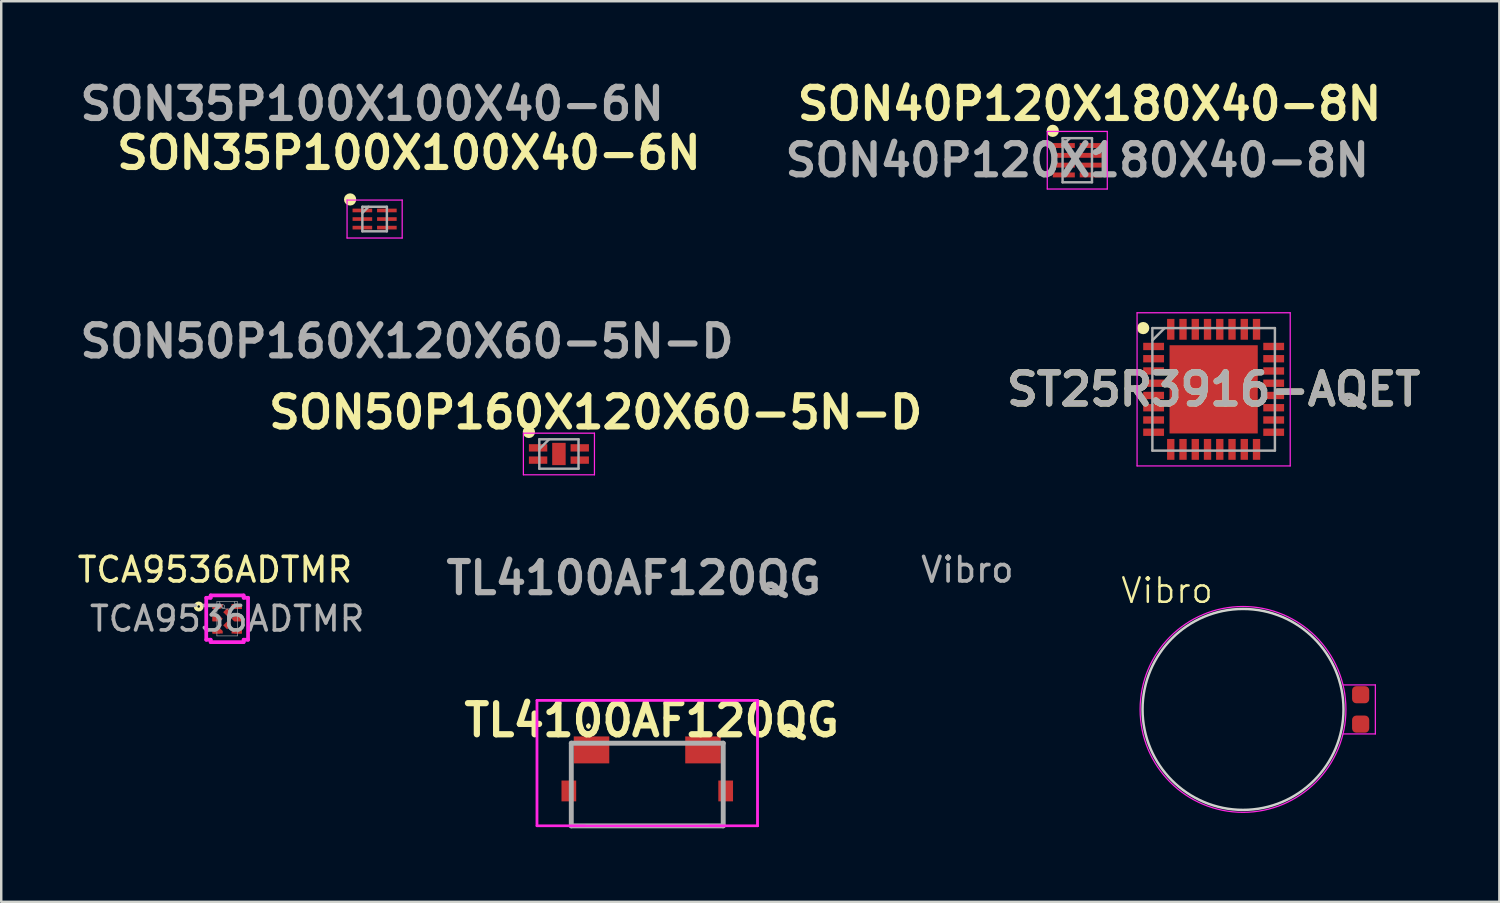
<source format=kicad_pcb>
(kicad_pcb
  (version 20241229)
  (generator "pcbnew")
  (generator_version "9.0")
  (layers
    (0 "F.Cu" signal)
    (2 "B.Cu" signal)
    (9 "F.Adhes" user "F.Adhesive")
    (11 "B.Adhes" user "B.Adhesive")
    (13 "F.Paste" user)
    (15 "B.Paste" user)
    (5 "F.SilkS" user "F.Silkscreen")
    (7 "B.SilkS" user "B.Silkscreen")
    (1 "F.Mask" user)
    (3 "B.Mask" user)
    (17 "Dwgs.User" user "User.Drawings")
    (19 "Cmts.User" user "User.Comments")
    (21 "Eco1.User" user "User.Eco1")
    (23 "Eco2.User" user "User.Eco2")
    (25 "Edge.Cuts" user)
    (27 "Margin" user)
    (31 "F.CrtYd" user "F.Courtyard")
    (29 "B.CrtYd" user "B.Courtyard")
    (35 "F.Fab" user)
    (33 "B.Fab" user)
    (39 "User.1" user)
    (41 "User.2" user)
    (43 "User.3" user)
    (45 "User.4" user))
  (footprint "TL4100AF120QG"
    (layer "F.Cu")
    (at 23.364 28.091)
    (property "Reference" "TL4100AF120QG" (at 0.182 -1.75 0) (layer "F.SilkS") (effects (font (size 1.27 1.27) (thickness 0.254))))
    (attr smd)
    (fp_line (start -2.4 -1.562) (end -2.4 -1.562) (stroke (width 0.1) (type solid)) (layer "F.SilkS"))
    (fp_line (start -2.4 -1.462) (end -2.4 -1.462) (stroke (width 0.1) (type solid)) (layer "F.SilkS"))
    (fp_arc (start -2.4 -1.562) (mid -2.35 -1.512) (end -2.4 -1.462) (stroke (width 0.1) (type solid)) (layer "F.SilkS"))
    (fp_arc (start -2.4 -1.462) (mid -2.45 -1.512) (end -2.4 -1.562) (stroke (width 0.1) (type solid)) (layer "F.SilkS"))
    (fp_line (start -4.5 -2.562) (end -4.5 2.562) (stroke (width 0.1) (type solid)) (layer "F.CrtYd"))
    (fp_line (start -4.5 -2.562) (end 4.5 -2.562) (stroke (width 0.1) (type solid)) (layer "F.CrtYd"))
    (fp_line (start -4.5 2.562) (end -4.5 -2.562) (stroke (width 0.1) (type solid)) (layer "F.CrtYd"))
    (fp_line (start -4.5 2.562) (end -2.55 2.562) (stroke (width 0.1) (type solid)) (layer "F.CrtYd"))
    (fp_line (start 2.55 2.562) (end 4.5 2.562) (stroke (width 0.1) (type solid)) (layer "F.CrtYd"))
    (fp_line (start 4.5 -2.562) (end -4.5 -2.562) (stroke (width 0.1) (type solid)) (layer "F.CrtYd"))
    (fp_line (start 4.5 -2.562) (end 4.5 2.562) (stroke (width 0.1) (type solid)) (layer "F.CrtYd"))
    (fp_line (start 4.5 2.562) (end -4.5 2.562) (stroke (width 0.1) (type solid)) (layer "F.CrtYd"))
    (fp_line (start 4.5 2.562) (end 4.5 -2.562) (stroke (width 0.1) (type solid)) (layer "F.CrtYd"))
    (fp_line (start -3.1 -0.812) (end 3.1 -0.812) (stroke (width 0.2) (type solid)) (layer "F.Fab"))
    (fp_line (start -3.1 2.562) (end -3.1 -0.812) (stroke (width 0.2) (type solid)) (layer "F.Fab"))
    (fp_line (start 3.1 -0.812) (end 3.1 2.562) (stroke (width 0.2) (type solid)) (layer "F.Fab"))
    (fp_line (start 3.1 2.562) (end -3.1 2.562) (stroke (width 0.2) (type solid)) (layer "F.Fab"))
    (fp_rect (start -2.55 0.25) (end 2.55 2.6) (stroke (width 0.1) (type default)) (fill no) (layer "User.6"))
    (fp_text user "${REFERENCE}" (at -0.55 -7.55 0) (layer "F.Fab") (effects (font (size 1.27 1.27) (thickness 0.254))))
    (pad "1" smd rect (at -2.275 -0.538 90) (size 1.1 1.45) (layers "F.Cu" "F.Mask" "F.Paste"))
    (pad "2" smd rect (at 2.275 -0.538 90) (size 1.1 1.45) (layers "F.Cu" "F.Mask" "F.Paste"))
    (pad "MP1" smd rect (at -3.2 1.137) (size 0.6 0.85) (layers "F.Cu" "F.Mask" "F.Paste"))
    (pad "MP2" smd rect (at 3.2 1.137) (size 0.6 0.85) (layers "F.Cu" "F.Mask" "F.Paste")))
  (footprint "TCA9536ADTMR"
    (layer "F.Cu")
    (at 6.22 22.201)
    (property "Reference" "TCA9536ADTMR" (at -0.5 -2 0) (unlocked yes) (layer "F.SilkS") (effects (font (size 1 1) (thickness 0.15))))
    (attr smd)
    (fp_poly (pts (xy -0.599 -0.602) (xy -0.599 -0.399) (xy -0.282 -0.399) (xy -0.18 -0.5) (xy -0.18 -0.602)) (stroke (width 0) (type solid)) (fill yes) (layer "F.Cu"))
    (fp_poly (pts (xy -0.599 -0.102) (xy -0.599 0.102) (xy -0.282 0.102) (xy -0.18 0) (xy -0.282 -0.102)) (stroke (width 0) (type solid)) (fill yes) (layer "F.Cu"))
    (fp_poly (pts (xy -0.599 0.602) (xy -0.599 0.399) (xy -0.282 0.399) (xy -0.18 0.5) (xy -0.18 0.602)) (stroke (width 0) (type solid)) (fill yes) (layer "F.Cu"))
    (fp_poly (pts (xy 0.599 -0.602) (xy 0.599 -0.399) (xy 0.282 -0.399) (xy 0.18 -0.5) (xy 0.18 -0.602)) (stroke (width 0) (type solid)) (fill yes) (layer "F.Cu"))
    (fp_poly (pts (xy 0.599 -0.102) (xy 0.599 0.102) (xy 0.282 0.102) (xy 0.18 0) (xy 0.282 -0.102)) (stroke (width 0) (type solid)) (fill yes) (layer "F.Cu"))
    (fp_poly (pts (xy 0.599 0.602) (xy 0.599 0.399) (xy 0.282 0.399) (xy 0.18 0.5) (xy 0.18 0.602)) (stroke (width 0) (type solid)) (fill yes) (layer "F.Cu"))
    (fp_poly (pts (xy -0.599 -0.602) (xy -0.599 -0.399) (xy -0.282 -0.399) (xy -0.18 -0.5) (xy -0.18 -0.602)) (stroke (width 0) (type solid)) (fill yes) (layer "F.Mask"))
    (fp_poly (pts (xy -0.599 -0.102) (xy -0.599 0.102) (xy -0.282 0.102) (xy -0.18 0) (xy -0.282 -0.102)) (stroke (width 0) (type solid)) (fill yes) (layer "F.Mask"))
    (fp_poly (pts (xy -0.599 0.602) (xy -0.599 0.399) (xy -0.282 0.399) (xy -0.18 0.5) (xy -0.18 0.602)) (stroke (width 0) (type solid)) (fill yes) (layer "F.Mask"))
    (fp_poly (pts (xy 0.599 -0.602) (xy 0.599 -0.399) (xy 0.282 -0.399) (xy 0.18 -0.5) (xy 0.18 -0.602)) (stroke (width 0) (type solid)) (fill yes) (layer "F.Mask"))
    (fp_poly (pts (xy 0.599 -0.102) (xy 0.599 0.102) (xy 0.282 0.102) (xy 0.18 0) (xy 0.282 -0.102)) (stroke (width 0) (type solid)) (fill yes) (layer "F.Mask"))
    (fp_poly (pts (xy 0.599 0.602) (xy 0.599 0.399) (xy 0.282 0.399) (xy 0.18 0.5) (xy 0.18 0.602)) (stroke (width 0) (type solid)) (fill yes) (layer "F.Mask"))
    (fp_circle (center -1.161 -0.5) (end -1.034 -0.5) (stroke (width 0.152) (type solid)) (fill no) (layer "F.SilkS"))
    (fp_poly (pts (xy -0.599 -0.602) (xy -0.599 -0.399) (xy -0.282 -0.399) (xy -0.18 -0.5) (xy -0.18 -0.602)) (stroke (width 0) (type solid)) (fill yes) (layer "F.Paste"))
    (fp_poly (pts (xy -0.599 -0.102) (xy -0.599 0.102) (xy -0.282 0.102) (xy -0.18 0) (xy -0.282 -0.102)) (stroke (width 0) (type solid)) (fill yes) (layer "F.Paste"))
    (fp_poly (pts (xy -0.599 0.602) (xy -0.599 0.399) (xy -0.282 0.399) (xy -0.18 0.5) (xy -0.18 0.602)) (stroke (width 0) (type solid)) (fill yes) (layer "F.Paste"))
    (fp_poly (pts (xy 0.599 -0.602) (xy 0.599 -0.399) (xy 0.282 -0.399) (xy 0.18 -0.5) (xy 0.18 -0.602)) (stroke (width 0) (type solid)) (fill yes) (layer "F.Paste"))
    (fp_poly (pts (xy 0.599 -0.102) (xy 0.599 0.102) (xy 0.282 0.102) (xy 0.18 0) (xy 0.282 -0.102)) (stroke (width 0) (type solid)) (fill yes) (layer "F.Paste"))
    (fp_poly (pts (xy 0.599 0.602) (xy 0.599 0.399) (xy 0.282 0.399) (xy 0.18 0.5) (xy 0.18 0.602)) (stroke (width 0) (type solid)) (fill yes) (layer "F.Paste"))
    (fp_line (start -0.853 -0.856) (end -0.673 -0.856) (stroke (width 0.152) (type solid)) (layer "F.CrtYd"))
    (fp_line (start -0.853 0.856) (end -0.853 -0.856) (stroke (width 0.152) (type solid)) (layer "F.CrtYd"))
    (fp_line (start -0.853 0.856) (end -0.673 0.856) (stroke (width 0.152) (type solid)) (layer "F.CrtYd"))
    (fp_line (start -0.673 -0.953) (end 0.673 -0.953) (stroke (width 0.152) (type solid)) (layer "F.CrtYd"))
    (fp_line (start -0.673 -0.856) (end -0.673 -0.953) (stroke (width 0.152) (type solid)) (layer "F.CrtYd"))
    (fp_line (start -0.673 0.953) (end -0.673 0.856) (stroke (width 0.152) (type solid)) (layer "F.CrtYd"))
    (fp_line (start 0.673 -0.953) (end 0.673 -0.856) (stroke (width 0.152) (type solid)) (layer "F.CrtYd"))
    (fp_line (start 0.673 0.856) (end 0.673 0.953) (stroke (width 0.152) (type solid)) (layer "F.CrtYd"))
    (fp_line (start 0.673 0.953) (end -0.673 0.953) (stroke (width 0.152) (type solid)) (layer "F.CrtYd"))
    (fp_line (start 0.853 -0.856) (end 0.673 -0.856) (stroke (width 0.152) (type solid)) (layer "F.CrtYd"))
    (fp_line (start 0.853 -0.856) (end 0.853 0.856) (stroke (width 0.152) (type solid)) (layer "F.CrtYd"))
    (fp_line (start 0.853 0.856) (end 0.673 0.856) (stroke (width 0.152) (type solid)) (layer "F.CrtYd"))
    (fp_line (start -0.419 -0.699) (end -0.419 0.699) (stroke (width 0.025) (type solid)) (layer "F.Fab"))
    (fp_line (start -0.419 0.699) (end 0.419 0.699) (stroke (width 0.025) (type solid)) (layer "F.Fab"))
    (fp_line (start 0.419 -0.699) (end -0.419 -0.699) (stroke (width 0.025) (type solid)) (layer "F.Fab"))
    (fp_line (start 0.419 0.699) (end 0.419 -0.699) (stroke (width 0.025) (type solid)) (layer "F.Fab"))
    (fp_arc (start 0.3048 -0.6985) (mid 0 -0.3937) (end -0.3048 -0.6985) (stroke (width 0.0254) (type solid)) (layer "F.Fab"))
    (fp_circle (center -0.18 -0.5) (end -0.104 -0.5) (stroke (width 0.025) (type solid)) (fill no) (layer "F.Fab"))
    (fp_text user "${REFERENCE}" (at 0 0 0) (unlocked yes) (layer "F.Fab") (effects (font (size 1 1) (thickness 0.15))))
    (pad "1" smd rect (at -0.447 -0.5) (size 0.305 0.203) (layers "F.Cu" "F.Mask" "F.Paste"))
    (pad "2" smd rect (at -0.447 0) (size 0.305 0.203) (layers "F.Cu" "F.Mask" "F.Paste"))
    (pad "3" smd rect (at -0.447 0.5) (size 0.305 0.203) (layers "F.Cu" "F.Mask" "F.Paste"))
    (pad "4" smd rect (at 0 0.269 45) (size 0.229 0.229) (layers "F.Cu" "F.Mask" "F.Paste"))
    (pad "5" smd rect (at 0.447 0.5) (size 0.305 0.203) (layers "F.Cu" "F.Mask" "F.Paste"))
    (pad "6" smd rect (at 0.447 0) (size 0.305 0.203) (layers "F.Cu" "F.Mask" "F.Paste"))
    (pad "7" smd rect (at 0.447 -0.5) (size 0.305 0.203) (layers "F.Cu" "F.Mask" "F.Paste"))
    (pad "8" smd rect (at 0 -0.269 45) (size 0.229 0.229) (layers "F.Cu" "F.Mask" "F.Paste")))
  (footprint "SON40P120X180X40-8N"
    (layer "F.Cu")
    (at 40.913 3.489)
    (property "Reference" "SON40P120X180X40-8N" (at 0.5 -2.3 0) (layer "F.SilkS") (effects (font (size 1.27 1.27) (thickness 0.254))))
    (attr smd)
    (fp_circle (center -1 -1.2) (end -1 -1.075) (stroke (width 0.25) (type solid)) (fill no) (layer "F.SilkS"))
    (fp_line (start -1.225 -1.175) (end 1.225 -1.175) (stroke (width 0.05) (type solid)) (layer "F.CrtYd"))
    (fp_line (start -1.225 1.175) (end -1.225 -1.175) (stroke (width 0.05) (type solid)) (layer "F.CrtYd"))
    (fp_line (start 1.225 -1.175) (end 1.225 1.175) (stroke (width 0.05) (type solid)) (layer "F.CrtYd"))
    (fp_line (start 1.225 1.175) (end -1.225 1.175) (stroke (width 0.05) (type solid)) (layer "F.CrtYd"))
    (fp_line (start -0.6 -0.9) (end 0.6 -0.9) (stroke (width 0.1) (type solid)) (layer "F.Fab"))
    (fp_line (start -0.6 -0.6) (end -0.3 -0.9) (stroke (width 0.1) (type solid)) (layer "F.Fab"))
    (fp_line (start -0.6 0.9) (end -0.6 -0.9) (stroke (width 0.1) (type solid)) (layer "F.Fab"))
    (fp_line (start 0.6 -0.9) (end 0.6 0.9) (stroke (width 0.1) (type solid)) (layer "F.Fab"))
    (fp_line (start 0.6 0.9) (end -0.6 0.9) (stroke (width 0.1) (type solid)) (layer "F.Fab"))
    (fp_text user "${REFERENCE}" (at 0 0 0) (layer "F.Fab") (effects (font (size 1.27 1.27) (thickness 0.254))))
    (pad "1" smd rect (at -0.55 -0.6 90) (size 0.2 0.9) (layers "F.Cu" "F.Mask" "F.Paste"))
    (pad "2" smd rect (at -0.55 -0.2 90) (size 0.2 0.9) (layers "F.Cu" "F.Mask" "F.Paste"))
    (pad "3" smd rect (at -0.55 0.2 90) (size 0.2 0.9) (layers "F.Cu" "F.Mask" "F.Paste"))
    (pad "4" smd rect (at -0.55 0.6 90) (size 0.2 0.9) (layers "F.Cu" "F.Mask" "F.Paste"))
    (pad "5" smd rect (at 0.55 0.6 90) (size 0.2 0.9) (layers "F.Cu" "F.Mask" "F.Paste"))
    (pad "6" smd rect (at 0.55 0.2 90) (size 0.2 0.9) (layers "F.Cu" "F.Mask" "F.Paste"))
    (pad "7" smd rect (at 0.55 -0.2 90) (size 0.2 0.9) (layers "F.Cu" "F.Mask" "F.Paste"))
    (pad "8" smd rect (at 0.55 -0.6 90) (size 0.2 0.9) (layers "F.Cu" "F.Mask" "F.Paste")))
  (footprint "ST25R3916-AQET"
    (layer "F.Cu")
    (at 46.478 12.839)
    (property "Reference" "ST25R3916-AQET" (at 0 0 0) (layer "F.SilkS") (effects (font (size 1.27 1.27) (thickness 0.254))))
    (attr smd)
    (fp_circle (center -2.875 -2.5) (end -2.875 -2.375) (stroke (width 0.25) (type solid)) (fill no) (layer "F.SilkS"))
    (fp_line (start -3.125 -3.125) (end 3.125 -3.125) (stroke (width 0.05) (type solid)) (layer "F.CrtYd"))
    (fp_line (start -3.125 3.125) (end -3.125 -3.125) (stroke (width 0.05) (type solid)) (layer "F.CrtYd"))
    (fp_line (start 3.125 -3.125) (end 3.125 3.125) (stroke (width 0.05) (type solid)) (layer "F.CrtYd"))
    (fp_line (start 3.125 3.125) (end -3.125 3.125) (stroke (width 0.05) (type solid)) (layer "F.CrtYd"))
    (fp_line (start -2.5 -2.5) (end 2.5 -2.5) (stroke (width 0.1) (type solid)) (layer "F.Fab"))
    (fp_line (start -2.5 -2) (end -2 -2.5) (stroke (width 0.1) (type solid)) (layer "F.Fab"))
    (fp_line (start -2.5 2.5) (end -2.5 -2.5) (stroke (width 0.1) (type solid)) (layer "F.Fab"))
    (fp_line (start 2.5 -2.5) (end 2.5 2.5) (stroke (width 0.1) (type solid)) (layer "F.Fab"))
    (fp_line (start 2.5 2.5) (end -2.5 2.5) (stroke (width 0.1) (type solid)) (layer "F.Fab"))
    (fp_text user "${REFERENCE}" (at 0 0 0) (layer "F.Fab") (effects (font (size 1.27 1.27) (thickness 0.254))))
    (pad "1" smd rect (at -2.45 -1.75 90) (size 0.3 0.85) (layers "F.Cu" "F.Mask" "F.Paste"))
    (pad "2" smd rect (at -2.45 -1.25 90) (size 0.3 0.85) (layers "F.Cu" "F.Mask" "F.Paste"))
    (pad "3" smd rect (at -2.45 -0.75 90) (size 0.3 0.85) (layers "F.Cu" "F.Mask" "F.Paste"))
    (pad "4" smd rect (at -2.45 -0.25 90) (size 0.3 0.85) (layers "F.Cu" "F.Mask" "F.Paste"))
    (pad "5" smd rect (at -2.45 0.25 90) (size 0.3 0.85) (layers "F.Cu" "F.Mask" "F.Paste"))
    (pad "6" smd rect (at -2.45 0.75 90) (size 0.3 0.85) (layers "F.Cu" "F.Mask" "F.Paste"))
    (pad "7" smd rect (at -2.45 1.25 90) (size 0.3 0.85) (layers "F.Cu" "F.Mask" "F.Paste"))
    (pad "8" smd rect (at -2.45 1.75 90) (size 0.3 0.85) (layers "F.Cu" "F.Mask" "F.Paste"))
    (pad "9" smd rect (at -1.75 2.45) (size 0.3 0.85) (layers "F.Cu" "F.Mask" "F.Paste"))
    (pad "10" smd rect (at -1.25 2.45) (size 0.3 0.85) (layers "F.Cu" "F.Mask" "F.Paste"))
    (pad "11" smd rect (at -0.75 2.45) (size 0.3 0.85) (layers "F.Cu" "F.Mask" "F.Paste"))
    (pad "12" smd rect (at -0.25 2.45) (size 0.3 0.85) (layers "F.Cu" "F.Mask" "F.Paste"))
    (pad "13" smd rect (at 0.25 2.45) (size 0.3 0.85) (layers "F.Cu" "F.Mask" "F.Paste"))
    (pad "14" smd rect (at 0.75 2.45) (size 0.3 0.85) (layers "F.Cu" "F.Mask" "F.Paste"))
    (pad "15" smd rect (at 1.25 2.45) (size 0.3 0.85) (layers "F.Cu" "F.Mask" "F.Paste"))
    (pad "16" smd rect (at 1.75 2.45) (size 0.3 0.85) (layers "F.Cu" "F.Mask" "F.Paste"))
    (pad "17" smd rect (at 2.45 1.75 90) (size 0.3 0.85) (layers "F.Cu" "F.Mask" "F.Paste"))
    (pad "18" smd rect (at 2.45 1.25 90) (size 0.3 0.85) (layers "F.Cu" "F.Mask" "F.Paste"))
    (pad "19" smd rect (at 2.45 0.75 90) (size 0.3 0.85) (layers "F.Cu" "F.Mask" "F.Paste"))
    (pad "20" smd rect (at 2.45 0.25 90) (size 0.3 0.85) (layers "F.Cu" "F.Mask" "F.Paste"))
    (pad "21" smd rect (at 2.45 -0.25 90) (size 0.3 0.85) (layers "F.Cu" "F.Mask" "F.Paste"))
    (pad "22" smd rect (at 2.45 -0.75 90) (size 0.3 0.85) (layers "F.Cu" "F.Mask" "F.Paste"))
    (pad "23" smd rect (at 2.45 -1.25 90) (size 0.3 0.85) (layers "F.Cu" "F.Mask" "F.Paste"))
    (pad "24" smd rect (at 2.45 -1.75 90) (size 0.3 0.85) (layers "F.Cu" "F.Mask" "F.Paste"))
    (pad "25" smd rect (at 1.75 -2.45) (size 0.3 0.85) (layers "F.Cu" "F.Mask" "F.Paste"))
    (pad "26" smd rect (at 1.25 -2.45) (size 0.3 0.85) (layers "F.Cu" "F.Mask" "F.Paste"))
    (pad "27" smd rect (at 0.75 -2.45) (size 0.3 0.85) (layers "F.Cu" "F.Mask" "F.Paste"))
    (pad "28" smd rect (at 0.25 -2.45) (size 0.3 0.85) (layers "F.Cu" "F.Mask" "F.Paste"))
    (pad "29" smd rect (at -0.25 -2.45) (size 0.3 0.85) (layers "F.Cu" "F.Mask" "F.Paste"))
    (pad "30" smd rect (at -0.75 -2.45) (size 0.3 0.85) (layers "F.Cu" "F.Mask" "F.Paste"))
    (pad "31" smd rect (at -1.25 -2.45) (size 0.3 0.85) (layers "F.Cu" "F.Mask" "F.Paste"))
    (pad "32" smd rect (at -1.75 -2.45) (size 0.3 0.85) (layers "F.Cu" "F.Mask" "F.Paste"))
    (pad "33" smd rect (at 0 0) (size 3.6 3.6) (layers "F.Cu" "F.Mask" "F.Paste")))
  (footprint "SON50P160X120X60-5N-D"
    (layer "F.Cu")
    (at 19.759 15.477)
    (property "Reference" "SON50P160X120X60-5N-D" (at 1.5 -1.7 0) (layer "F.SilkS") (effects (font (size 1.27 1.27) (thickness 0.254))))
    (attr smd)
    (fp_circle (center -1.225 -0.9) (end -1.225 -0.775) (stroke (width 0.25) (type solid)) (fill no) (layer "F.SilkS"))
    (fp_line (start -1.45 -0.85) (end 1.45 -0.85) (stroke (width 0.05) (type solid)) (layer "F.CrtYd"))
    (fp_line (start -1.45 0.85) (end -1.45 -0.85) (stroke (width 0.05) (type solid)) (layer "F.CrtYd"))
    (fp_line (start 1.45 -0.85) (end 1.45 0.85) (stroke (width 0.05) (type solid)) (layer "F.CrtYd"))
    (fp_line (start 1.45 0.85) (end -1.45 0.85) (stroke (width 0.05) (type solid)) (layer "F.CrtYd"))
    (fp_line (start -0.8 -0.6) (end 0.8 -0.6) (stroke (width 0.1) (type solid)) (layer "F.Fab"))
    (fp_line (start -0.8 -0.2) (end -0.4 -0.6) (stroke (width 0.1) (type solid)) (layer "F.Fab"))
    (fp_line (start -0.8 0.6) (end -0.8 -0.6) (stroke (width 0.1) (type solid)) (layer "F.Fab"))
    (fp_line (start 0.8 -0.6) (end 0.8 0.6) (stroke (width 0.1) (type solid)) (layer "F.Fab"))
    (fp_line (start 0.8 0.6) (end -0.8 0.6) (stroke (width 0.1) (type solid)) (layer "F.Fab"))
    (fp_text user "${REFERENCE}" (at -6.2 -4.6 0) (layer "F.Fab") (effects (font (size 1.27 1.27) (thickness 0.254))))
    (pad "1" smd rect (at -0.85 -0.25 90) (size 0.3 0.75) (layers "F.Cu" "F.Mask" "F.Paste"))
    (pad "2" smd rect (at -0.85 0.25 90) (size 0.3 0.75) (layers "F.Cu" "F.Mask" "F.Paste"))
    (pad "3" smd rect (at 0.85 0.25 90) (size 0.3 0.75) (layers "F.Cu" "F.Mask" "F.Paste"))
    (pad "4" smd rect (at 0.85 -0.25 90) (size 0.3 0.75) (layers "F.Cu" "F.Mask" "F.Paste"))
    (pad "5" smd rect (at 0 0) (size 0.55 0.91) (layers "F.Cu" "F.Mask" "F.Paste")))
  (footprint "SON35P100X100X40-6N"
    (layer "F.Cu")
    (at 12.238 5.889)
    (property "Reference" "SON35P100X100X40-6N" (at 1.4 -2.7 0) (layer "F.SilkS") (effects (font (size 1.27 1.27) (thickness 0.254))))
    (attr smd)
    (fp_circle (center -1 -0.8) (end -1 -0.675) (stroke (width 0.25) (type solid)) (fill no) (layer "F.SilkS"))
    (fp_line (start -1.125 -0.775) (end 1.125 -0.775) (stroke (width 0.05) (type solid)) (layer "F.CrtYd"))
    (fp_line (start -1.125 0.775) (end -1.125 -0.775) (stroke (width 0.05) (type solid)) (layer "F.CrtYd"))
    (fp_line (start 1.125 -0.775) (end 1.125 0.775) (stroke (width 0.05) (type solid)) (layer "F.CrtYd"))
    (fp_line (start 1.125 0.775) (end -1.125 0.775) (stroke (width 0.05) (type solid)) (layer "F.CrtYd"))
    (fp_line (start -0.5 -0.5) (end 0.5 -0.5) (stroke (width 0.1) (type solid)) (layer "F.Fab"))
    (fp_line (start -0.5 -0.25) (end -0.25 -0.5) (stroke (width 0.1) (type solid)) (layer "F.Fab"))
    (fp_line (start -0.5 0.5) (end -0.5 -0.5) (stroke (width 0.1) (type solid)) (layer "F.Fab"))
    (fp_line (start 0.5 -0.5) (end 0.5 0.5) (stroke (width 0.1) (type solid)) (layer "F.Fab"))
    (fp_line (start 0.5 0.5) (end -0.5 0.5) (stroke (width 0.1) (type solid)) (layer "F.Fab"))
    (fp_text user "${REFERENCE}" (at -0.1 -4.7 0) (layer "F.Fab") (effects (font (size 1.27 1.27) (thickness 0.254))))
    (pad "1" smd rect (at -0.5 -0.35 90) (size 0.15 0.8) (layers "F.Cu" "F.Mask" "F.Paste"))
    (pad "2" smd rect (at -0.5 0 90) (size 0.15 0.8) (layers "F.Cu" "F.Mask" "F.Paste"))
    (pad "3" smd rect (at -0.5 0.35 90) (size 0.15 0.8) (layers "F.Cu" "F.Mask" "F.Paste"))
    (pad "4" smd rect (at 0.5 0.35 90) (size 0.15 0.8) (layers "F.Cu" "F.Mask" "F.Paste"))
    (pad "5" smd rect (at 0.5 0 90) (size 0.15 0.8) (layers "F.Cu" "F.Mask" "F.Paste"))
    (pad "6" smd rect (at 0.5 -0.35 90) (size 0.15 0.8) (layers "F.Cu" "F.Mask" "F.Paste")))
  (footprint "Vibro"
    (layer "F.Cu")
    (at 47.677 25.901)
    (property "Reference" "Vibro" (at -3.1 -4.85 0) (unlocked yes) (layer "F.SilkS") (effects (font (size 1 1) (thickness 0.1))))
    (attr smd)
    (fp_circle (center 0 0) (end 4.1 0) (stroke (width 0.1) (type default)) (fill no) (layer "Edge.Cuts"))
    (fp_line (start 4.08 -1) (end 5.4 -1) (stroke (width 0.05) (type default)) (layer "F.CrtYd"))
    (fp_line (start 5.4 -1) (end 5.4 1) (stroke (width 0.05) (type default)) (layer "F.CrtYd"))
    (fp_line (start 5.4 1) (end 4.08 1) (stroke (width 0.05) (type default)) (layer "F.CrtYd"))
    (fp_circle (center 0 0) (end 4.2 0) (stroke (width 0.05) (type default)) (fill no) (layer "F.CrtYd"))
    (fp_text user "${REFERENCE}" (at -11.25 -5.7 0) (unlocked yes) (layer "F.Fab") (effects (font (size 1 1) (thickness 0.15))))
    (pad "1" smd roundrect (at 4.8 -0.6) (size 0.7 0.7) (layers "F.Cu" "F.Mask" "F.Paste") (roundrect_rratio 0.25))
    (pad "2" smd roundrect (at 4.8 0.6) (size 0.7 0.7) (layers "F.Cu" "F.Mask" "F.Paste") (roundrect_rratio 0.25)))
  (gr_rect
    (start -3 -3)
    (end 58.138 33.753)
    (stroke (width 0.1) (type default))
    (fill no)
    (layer "Edge.Cuts")))
</source>
